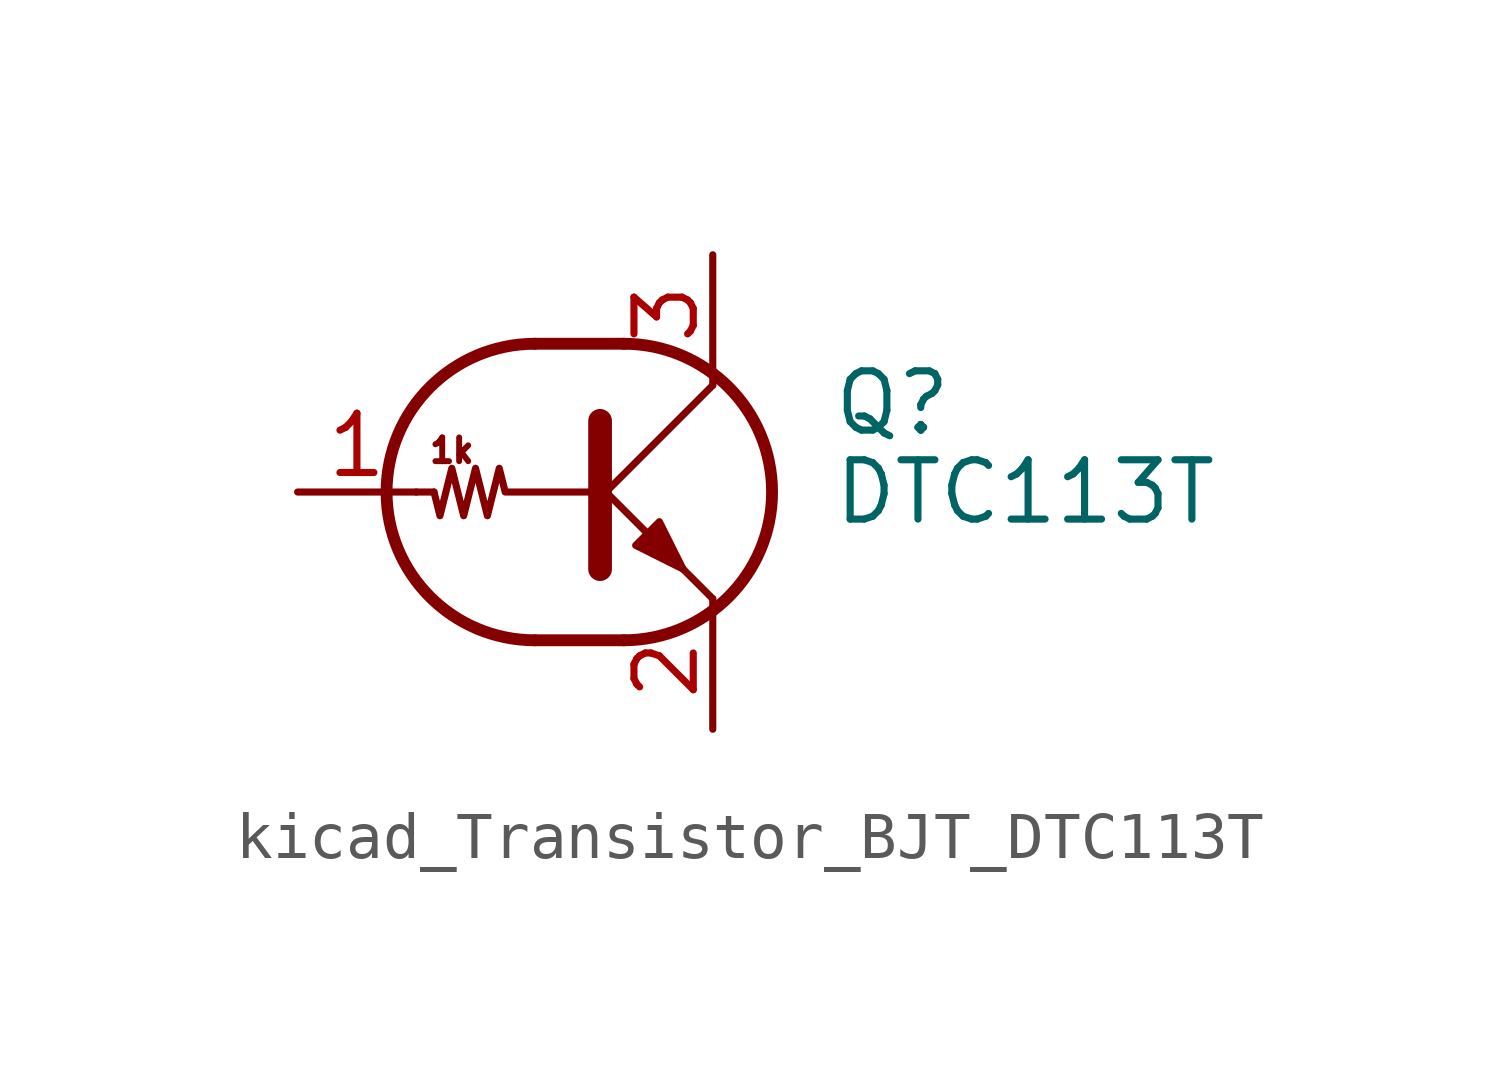
<source format=kicad_sym>
(kicad_symbol_lib
  (version 20220914)
  (generator kicad_symbol_editor)
  (symbol "kicad_Transistor_BJT_DTC113T"
    (pin_names
      (offset 0) hide)
    (property "Reference" "Q"
      (at 5.08 1.905 0)
      (effects (font (size 1.27 1.27)) (justify left)))
    (property "Value" "DTC113T"
      (at 5.08 0 0)
      (effects (font (size 1.27 1.27)) (justify left)))
    (symbol "kicad_Transistor_BJT_DTC113T_0_0"
      (polyline (pts (xy 2.54 -2.286) (xy 2.54 -2.54)) (stroke (width 0) (type default)) (fill (type none)))
      (text "1k" (at -3.048 0.889 0) (effects (font (size 0.508 0.508)))))
    (symbol "kicad_Transistor_BJT_DTC113T_0_1"
      (arc (start -1.27 3.175) (mid -4.4312 0) (end -1.27 -3.175) (stroke (width 0.254) (type default)) (fill (type none)))
      (polyline (pts (xy -3.429 0) (xy -3.81 0)) (stroke (width 0) (type default)) (fill (type none)))
      (polyline (pts (xy -1.27 -3.175) (xy 0.635 -3.175)) (stroke (width 0.254) (type default)) (fill (type none)))
      (polyline (pts (xy -1.27 3.175) (xy 0.635 3.175)) (stroke (width 0.254) (type default)) (fill (type none)))
      (polyline (pts (xy 0 -0.254) (xy 2.54 2.286)) (stroke (width 0) (type default)) (fill (type none)))
      (polyline (pts (xy 0.127 1.524) (xy 0.127 -1.651)) (stroke (width 0.508) (type default)) (fill (type outline)))
      (polyline (pts (xy 2.54 2.286) (xy 2.54 2.54)) (stroke (width 0) (type default)) (fill (type none)))
      (polyline (pts (xy 2.54 -2.286) (xy 0 0.254) (xy 0 0.254)) (stroke (width 0) (type default)) (fill (type none)))
      (polyline (pts (xy 0.889 -1.143) (xy 1.397 -0.635) (xy 1.905 -1.651) (xy 0.889 -1.143)) (stroke (width 0) (type default)) (fill (type outline)))
      (polyline (pts (xy 0 0) (xy -1.905 0) (xy -2.032 0.508) (xy -2.286 -0.508) (xy -2.54 0.508) (xy -2.794 -0.508) (xy -3.048 0.508) (xy -3.302 -0.508) (xy -3.429 0)) (stroke (width 0) (type default)) (fill (type none)))
      (arc (start 0.635 -3.175) (mid 3.7962 0) (end 0.635 3.175) (stroke (width 0.254) (type default)) (fill (type none))))
    (symbol "kicad_Transistor_BJT_DTC113T_1_1"
      (pin input line (at -6.35 0 0) (length 2.54) (name "B" (effects (font (size 1.27 1.27)))) (number "1" (effects (font (size 1.27 1.27)))))
      (pin passive line (at 2.54 -5.08 90) (length 2.54) (name "E" (effects (font (size 1.27 1.27)))) (number "2" (effects (font (size 1.27 1.27)))))
      (pin passive line (at 2.54 5.08 270) (length 2.54) (name "C" (effects (font (size 1.27 1.27)))) (number "3" (effects (font (size 1.27 1.27))))))))
</source>
